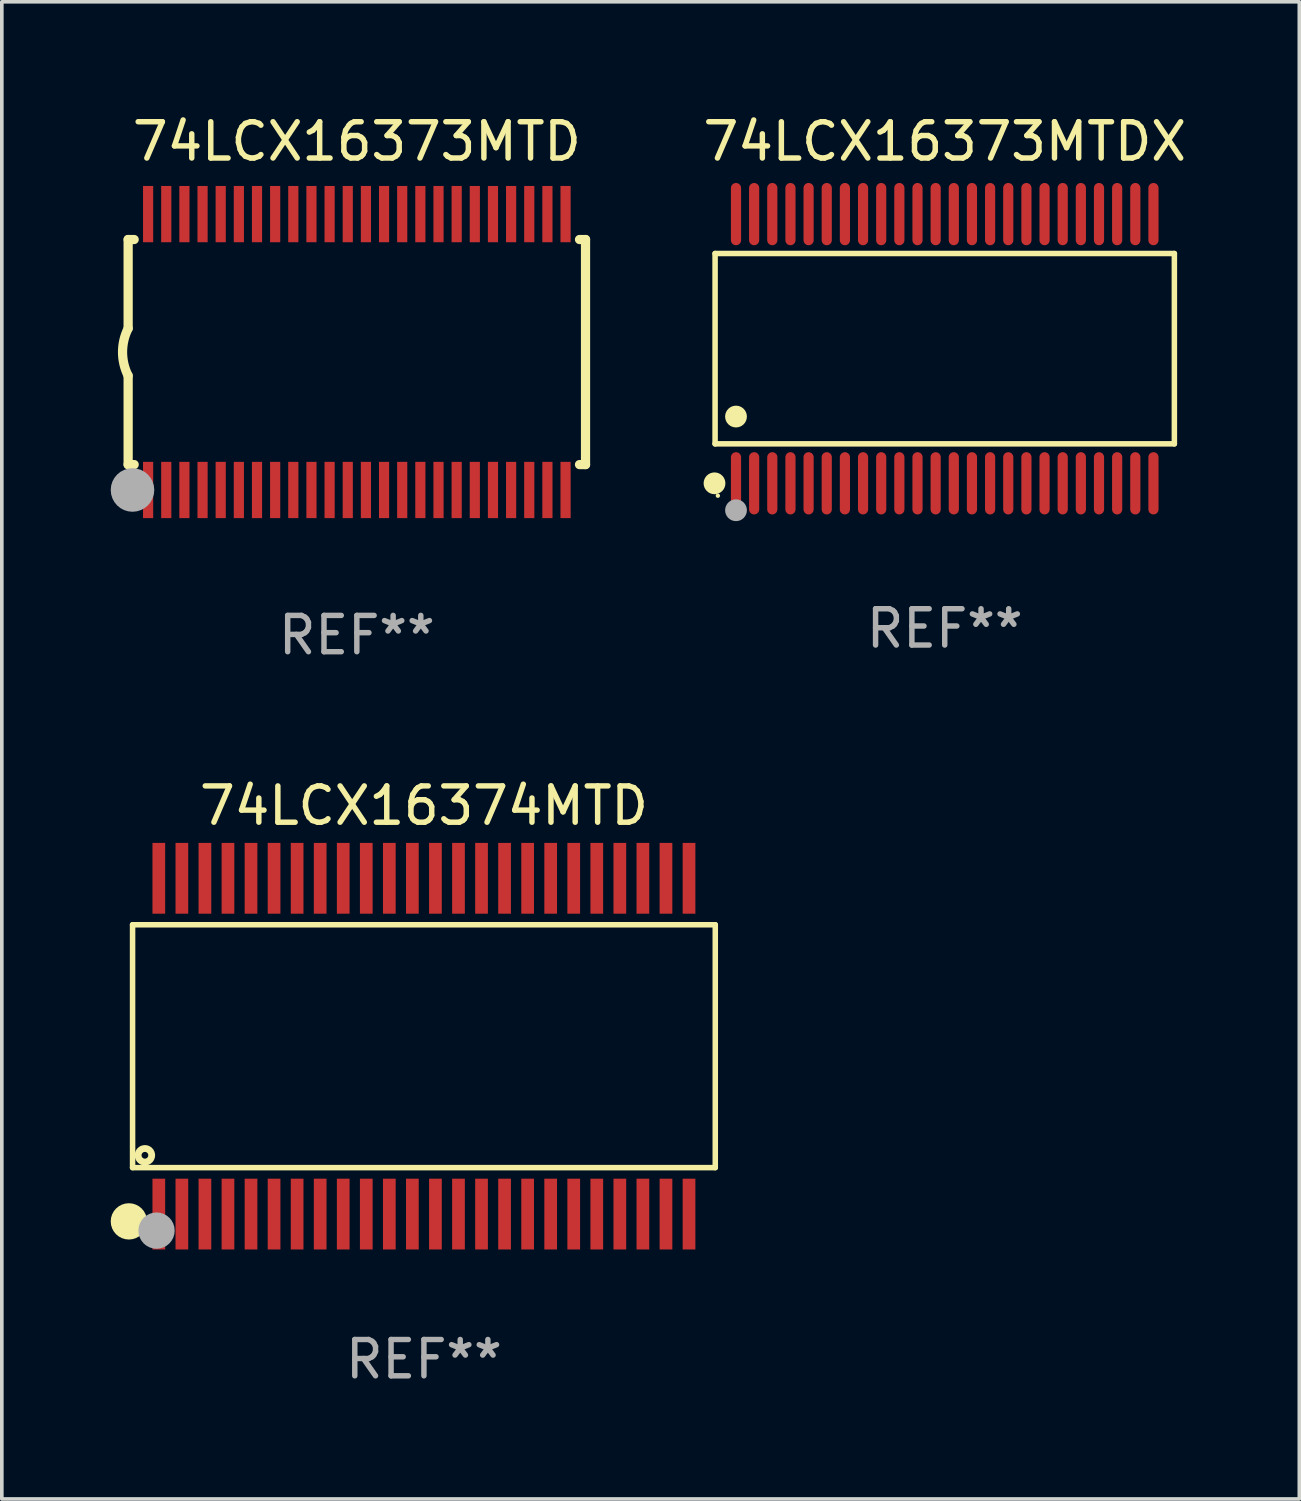
<source format=kicad_pcb>
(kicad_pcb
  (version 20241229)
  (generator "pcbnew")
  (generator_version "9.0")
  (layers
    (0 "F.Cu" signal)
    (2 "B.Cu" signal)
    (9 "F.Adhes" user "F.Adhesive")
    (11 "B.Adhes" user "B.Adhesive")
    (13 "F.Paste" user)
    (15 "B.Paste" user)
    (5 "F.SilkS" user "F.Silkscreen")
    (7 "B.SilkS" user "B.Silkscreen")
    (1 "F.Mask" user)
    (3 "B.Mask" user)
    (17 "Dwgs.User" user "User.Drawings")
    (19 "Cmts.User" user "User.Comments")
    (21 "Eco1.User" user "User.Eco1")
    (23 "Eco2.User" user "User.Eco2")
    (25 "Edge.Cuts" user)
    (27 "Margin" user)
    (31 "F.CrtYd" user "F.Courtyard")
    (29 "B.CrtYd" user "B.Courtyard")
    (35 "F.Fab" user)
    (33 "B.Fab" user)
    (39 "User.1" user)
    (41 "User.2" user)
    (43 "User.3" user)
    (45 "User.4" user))
  (footprint "74LCX16373MTD"
    (layer "F.Cu")
    (at 6.78 6.648)
    (property "Reference" "74LCX16373MTD" (at 0 -5.8 0) (layer "F.SilkS") (effects (font (size 1 1) (thickness 0.15))))
    (attr through_hole)
    (fp_line (start -6.3 -3.1) (end -6.3 -0.65) (stroke (width 0.254) (type solid)) (layer "F.SilkS"))
    (fp_line (start -6.3 -3.1) (end -6.134 -3.1) (stroke (width 0.254) (type solid)) (layer "F.SilkS"))
    (fp_line (start -6.3 3.1) (end -6.3 0.65) (stroke (width 0.254) (type solid)) (layer "F.SilkS"))
    (fp_line (start -6.3 3.1) (end -6.134 3.1) (stroke (width 0.254) (type solid)) (layer "F.SilkS"))
    (fp_line (start 6.134 -3.1) (end 6.3 -3.1) (stroke (width 0.254) (type solid)) (layer "F.SilkS"))
    (fp_line (start 6.134 3.1) (end 6.3 3.1) (stroke (width 0.254) (type solid)) (layer "F.SilkS"))
    (fp_line (start 6.3 -3.1) (end 6.3 3.1) (stroke (width 0.254) (type solid)) (layer "F.SilkS"))
    (fp_arc (start -6.301016 0.650114) (mid -6.45413 -0.000082) (end -6.3 -0.650038) (stroke (width 0.254001) (type solid)) (layer "F.SilkS"))
    (fp_circle (center -6.35 3.81) (end -6.223 3.81) (stroke (width 0.254) (type solid)) (fill no) (layer "F.SilkS"))
    (fp_circle (center -6.25 4.05) (end -6.22 4.05) (stroke (width 0.06) (type solid)) (fill no) (layer "F.SilkS"))
    (fp_circle (center -6.18 3.8) (end -5.88 3.8) (stroke (width 0.6) (type solid)) (fill no) (layer "F.Fab"))
    (fp_text user "REF**" (at 0 7.8 0) (layer "F.Fab") (effects (font (size 1 1) (thickness 0.15))))
    (pad "1" smd rect (at -5.75 3.8) (size 0.28 1.55) (layers "F.Cu" "F.Mask" "F.Paste"))
    (pad "2" smd rect (at -5.25 3.8) (size 0.28 1.55) (layers "F.Cu" "F.Mask" "F.Paste"))
    (pad "3" smd rect (at -4.75 3.8) (size 0.28 1.55) (layers "F.Cu" "F.Mask" "F.Paste"))
    (pad "4" smd rect (at -4.25 3.8) (size 0.28 1.55) (layers "F.Cu" "F.Mask" "F.Paste"))
    (pad "5" smd rect (at -3.75 3.8) (size 0.28 1.55) (layers "F.Cu" "F.Mask" "F.Paste"))
    (pad "6" smd rect (at -3.25 3.8) (size 0.28 1.55) (layers "F.Cu" "F.Mask" "F.Paste"))
    (pad "7" smd rect (at -2.75 3.8) (size 0.28 1.55) (layers "F.Cu" "F.Mask" "F.Paste"))
    (pad "8" smd rect (at -2.25 3.8) (size 0.28 1.55) (layers "F.Cu" "F.Mask" "F.Paste"))
    (pad "9" smd rect (at -1.75 3.8) (size 0.28 1.55) (layers "F.Cu" "F.Mask" "F.Paste"))
    (pad "10" smd rect (at -1.25 3.8) (size 0.28 1.55) (layers "F.Cu" "F.Mask" "F.Paste"))
    (pad "11" smd rect (at -0.75 3.8) (size 0.28 1.55) (layers "F.Cu" "F.Mask" "F.Paste"))
    (pad "12" smd rect (at -0.25 3.8) (size 0.28 1.55) (layers "F.Cu" "F.Mask" "F.Paste"))
    (pad "13" smd rect (at 0.25 3.8) (size 0.28 1.55) (layers "F.Cu" "F.Mask" "F.Paste"))
    (pad "14" smd rect (at 0.75 3.8) (size 0.28 1.55) (layers "F.Cu" "F.Mask" "F.Paste"))
    (pad "15" smd rect (at 1.25 3.8) (size 0.28 1.55) (layers "F.Cu" "F.Mask" "F.Paste"))
    (pad "16" smd rect (at 1.75 3.8) (size 0.28 1.55) (layers "F.Cu" "F.Mask" "F.Paste"))
    (pad "17" smd rect (at 2.25 3.8) (size 0.28 1.55) (layers "F.Cu" "F.Mask" "F.Paste"))
    (pad "18" smd rect (at 2.75 3.8) (size 0.28 1.55) (layers "F.Cu" "F.Mask" "F.Paste"))
    (pad "19" smd rect (at 3.25 3.8) (size 0.28 1.55) (layers "F.Cu" "F.Mask" "F.Paste"))
    (pad "20" smd rect (at 3.75 3.8) (size 0.28 1.55) (layers "F.Cu" "F.Mask" "F.Paste"))
    (pad "21" smd rect (at 4.25 3.8) (size 0.28 1.55) (layers "F.Cu" "F.Mask" "F.Paste"))
    (pad "22" smd rect (at 4.75 3.8) (size 0.28 1.55) (layers "F.Cu" "F.Mask" "F.Paste"))
    (pad "23" smd rect (at 5.25 3.8) (size 0.28 1.55) (layers "F.Cu" "F.Mask" "F.Paste"))
    (pad "24" smd rect (at 5.75 3.8) (size 0.28 1.55) (layers "F.Cu" "F.Mask" "F.Paste"))
    (pad "25" smd rect (at 5.75 -3.8) (size 0.28 1.55) (layers "F.Cu" "F.Mask" "F.Paste"))
    (pad "26" smd rect (at 5.25 -3.8) (size 0.28 1.55) (layers "F.Cu" "F.Mask" "F.Paste"))
    (pad "27" smd rect (at 4.75 -3.8) (size 0.28 1.55) (layers "F.Cu" "F.Mask" "F.Paste"))
    (pad "28" smd rect (at 4.25 -3.8) (size 0.28 1.55) (layers "F.Cu" "F.Mask" "F.Paste"))
    (pad "29" smd rect (at 3.75 -3.8) (size 0.28 1.55) (layers "F.Cu" "F.Mask" "F.Paste"))
    (pad "30" smd rect (at 3.25 -3.8) (size 0.28 1.55) (layers "F.Cu" "F.Mask" "F.Paste"))
    (pad "31" smd rect (at 2.75 -3.8) (size 0.28 1.55) (layers "F.Cu" "F.Mask" "F.Paste"))
    (pad "32" smd rect (at 2.25 -3.8) (size 0.28 1.55) (layers "F.Cu" "F.Mask" "F.Paste"))
    (pad "33" smd rect (at 1.75 -3.8) (size 0.28 1.55) (layers "F.Cu" "F.Mask" "F.Paste"))
    (pad "34" smd rect (at 1.25 -3.8) (size 0.28 1.55) (layers "F.Cu" "F.Mask" "F.Paste"))
    (pad "35" smd rect (at 0.75 -3.8) (size 0.28 1.55) (layers "F.Cu" "F.Mask" "F.Paste"))
    (pad "36" smd rect (at 0.25 -3.8) (size 0.28 1.55) (layers "F.Cu" "F.Mask" "F.Paste"))
    (pad "37" smd rect (at -0.25 -3.8) (size 0.28 1.55) (layers "F.Cu" "F.Mask" "F.Paste"))
    (pad "38" smd rect (at -0.75 -3.8) (size 0.28 1.55) (layers "F.Cu" "F.Mask" "F.Paste"))
    (pad "39" smd rect (at -1.25 -3.8) (size 0.28 1.55) (layers "F.Cu" "F.Mask" "F.Paste"))
    (pad "40" smd rect (at -1.75 -3.8) (size 0.28 1.55) (layers "F.Cu" "F.Mask" "F.Paste"))
    (pad "41" smd rect (at -2.25 -3.8) (size 0.28 1.55) (layers "F.Cu" "F.Mask" "F.Paste"))
    (pad "42" smd rect (at -2.75 -3.8) (size 0.28 1.55) (layers "F.Cu" "F.Mask" "F.Paste"))
    (pad "43" smd rect (at -3.25 -3.8) (size 0.28 1.55) (layers "F.Cu" "F.Mask" "F.Paste"))
    (pad "44" smd rect (at -3.75 -3.8) (size 0.28 1.55) (layers "F.Cu" "F.Mask" "F.Paste"))
    (pad "45" smd rect (at -4.25 -3.8) (size 0.28 1.55) (layers "F.Cu" "F.Mask" "F.Paste"))
    (pad "46" smd rect (at -4.75 -3.8) (size 0.28 1.55) (layers "F.Cu" "F.Mask" "F.Paste"))
    (pad "47" smd rect (at -5.25 -3.8) (size 0.28 1.55) (layers "F.Cu" "F.Mask" "F.Paste"))
    (pad "48" smd rect (at -5.75 -3.8) (size 0.28 1.55) (layers "F.Cu" "F.Mask" "F.Paste")))
  (footprint "74LCX16373MTDX"
    (layer "F.Cu")
    (at 22.975 6.556)
    (property "Reference" "74LCX16373MTDX" (at 0 -5.708 0) (layer "F.SilkS") (effects (font (size 1 1) (thickness 0.15))))
    (attr through_hole)
    (fp_line (start -6.326 -2.622) (end 6.326 -2.622) (stroke (width 0.152) (type solid)) (layer "F.SilkS"))
    (fp_line (start -6.326 2.621) (end -6.326 -2.622) (stroke (width 0.152) (type solid)) (layer "F.SilkS"))
    (fp_line (start 6.326 -2.622) (end 6.326 2.621) (stroke (width 0.152) (type solid)) (layer "F.SilkS"))
    (fp_line (start 6.326 2.621) (end -6.326 2.621) (stroke (width 0.152) (type solid)) (layer "F.SilkS"))
    (fp_circle (center -6.342 3.708) (end -6.192 3.708) (stroke (width 0.3) (type solid)) (fill no) (layer "F.SilkS"))
    (fp_circle (center -6.25 4.05) (end -6.22 4.05) (stroke (width 0.06) (type solid)) (fill no) (layer "F.SilkS"))
    (fp_circle (center -5.75 1.869) (end -5.6 1.869) (stroke (width 0.3) (type solid)) (fill no) (layer "F.SilkS"))
    (fp_circle (center -5.75 4.45) (end -5.6 4.45) (stroke (width 0.3) (type solid)) (fill no) (layer "F.Fab"))
    (fp_text user "REF**" (at 0 7.708 0) (layer "F.Fab") (effects (font (size 1 1) (thickness 0.15))))
    (pad "1" smd oval (at -5.75 3.708) (size 0.28 1.715) (layers "F.Cu" "F.Mask" "F.Paste"))
    (pad "2" smd oval (at -5.25 3.708) (size 0.28 1.715) (layers "F.Cu" "F.Mask" "F.Paste"))
    (pad "3" smd oval (at -4.75 3.708) (size 0.28 1.715) (layers "F.Cu" "F.Mask" "F.Paste"))
    (pad "4" smd oval (at -4.25 3.708) (size 0.28 1.715) (layers "F.Cu" "F.Mask" "F.Paste"))
    (pad "5" smd oval (at -3.75 3.708) (size 0.28 1.715) (layers "F.Cu" "F.Mask" "F.Paste"))
    (pad "6" smd oval (at -3.25 3.708) (size 0.28 1.715) (layers "F.Cu" "F.Mask" "F.Paste"))
    (pad "7" smd oval (at -2.75 3.708) (size 0.28 1.715) (layers "F.Cu" "F.Mask" "F.Paste"))
    (pad "8" smd oval (at -2.25 3.708) (size 0.28 1.715) (layers "F.Cu" "F.Mask" "F.Paste"))
    (pad "9" smd oval (at -1.75 3.708) (size 0.28 1.715) (layers "F.Cu" "F.Mask" "F.Paste"))
    (pad "10" smd oval (at -1.25 3.708) (size 0.28 1.715) (layers "F.Cu" "F.Mask" "F.Paste"))
    (pad "11" smd oval (at -0.75 3.708) (size 0.28 1.715) (layers "F.Cu" "F.Mask" "F.Paste"))
    (pad "12" smd oval (at -0.25 3.708) (size 0.28 1.715) (layers "F.Cu" "F.Mask" "F.Paste"))
    (pad "13" smd oval (at 0.25 3.708) (size 0.28 1.715) (layers "F.Cu" "F.Mask" "F.Paste"))
    (pad "14" smd oval (at 0.75 3.708) (size 0.28 1.715) (layers "F.Cu" "F.Mask" "F.Paste"))
    (pad "15" smd oval (at 1.25 3.708) (size 0.28 1.715) (layers "F.Cu" "F.Mask" "F.Paste"))
    (pad "16" smd oval (at 1.75 3.708) (size 0.28 1.715) (layers "F.Cu" "F.Mask" "F.Paste"))
    (pad "17" smd oval (at 2.25 3.708) (size 0.28 1.715) (layers "F.Cu" "F.Mask" "F.Paste"))
    (pad "18" smd oval (at 2.75 3.708) (size 0.28 1.715) (layers "F.Cu" "F.Mask" "F.Paste"))
    (pad "19" smd oval (at 3.25 3.708) (size 0.28 1.715) (layers "F.Cu" "F.Mask" "F.Paste"))
    (pad "20" smd oval (at 3.75 3.708) (size 0.28 1.715) (layers "F.Cu" "F.Mask" "F.Paste"))
    (pad "21" smd oval (at 4.25 3.708) (size 0.28 1.715) (layers "F.Cu" "F.Mask" "F.Paste"))
    (pad "22" smd oval (at 4.75 3.708) (size 0.28 1.715) (layers "F.Cu" "F.Mask" "F.Paste"))
    (pad "23" smd oval (at 5.25 3.708) (size 0.28 1.715) (layers "F.Cu" "F.Mask" "F.Paste"))
    (pad "24" smd oval (at 5.75 3.708) (size 0.28 1.715) (layers "F.Cu" "F.Mask" "F.Paste"))
    (pad "25" smd oval (at 5.75 -3.708) (size 0.28 1.715) (layers "F.Cu" "F.Mask" "F.Paste"))
    (pad "26" smd oval (at 5.25 -3.708) (size 0.28 1.715) (layers "F.Cu" "F.Mask" "F.Paste"))
    (pad "27" smd oval (at 4.75 -3.708) (size 0.28 1.715) (layers "F.Cu" "F.Mask" "F.Paste"))
    (pad "28" smd oval (at 4.25 -3.708) (size 0.28 1.715) (layers "F.Cu" "F.Mask" "F.Paste"))
    (pad "29" smd oval (at 3.75 -3.708) (size 0.28 1.715) (layers "F.Cu" "F.Mask" "F.Paste"))
    (pad "30" smd oval (at 3.25 -3.708) (size 0.28 1.715) (layers "F.Cu" "F.Mask" "F.Paste"))
    (pad "31" smd oval (at 2.75 -3.708) (size 0.28 1.715) (layers "F.Cu" "F.Mask" "F.Paste"))
    (pad "32" smd oval (at 2.25 -3.708) (size 0.28 1.715) (layers "F.Cu" "F.Mask" "F.Paste"))
    (pad "33" smd oval (at 1.75 -3.708) (size 0.28 1.715) (layers "F.Cu" "F.Mask" "F.Paste"))
    (pad "34" smd oval (at 1.25 -3.708) (size 0.28 1.715) (layers "F.Cu" "F.Mask" "F.Paste"))
    (pad "35" smd oval (at 0.75 -3.708) (size 0.28 1.715) (layers "F.Cu" "F.Mask" "F.Paste"))
    (pad "36" smd oval (at 0.25 -3.708) (size 0.28 1.715) (layers "F.Cu" "F.Mask" "F.Paste"))
    (pad "37" smd oval (at -0.25 -3.708) (size 0.28 1.715) (layers "F.Cu" "F.Mask" "F.Paste"))
    (pad "38" smd oval (at -0.75 -3.708) (size 0.28 1.715) (layers "F.Cu" "F.Mask" "F.Paste"))
    (pad "39" smd oval (at -1.25 -3.708) (size 0.28 1.715) (layers "F.Cu" "F.Mask" "F.Paste"))
    (pad "40" smd oval (at -1.75 -3.708) (size 0.28 1.715) (layers "F.Cu" "F.Mask" "F.Paste"))
    (pad "41" smd oval (at -2.25 -3.708) (size 0.28 1.715) (layers "F.Cu" "F.Mask" "F.Paste"))
    (pad "42" smd oval (at -2.75 -3.708) (size 0.28 1.715) (layers "F.Cu" "F.Mask" "F.Paste"))
    (pad "43" smd oval (at -3.25 -3.708) (size 0.28 1.715) (layers "F.Cu" "F.Mask" "F.Paste"))
    (pad "44" smd oval (at -3.75 -3.708) (size 0.28 1.715) (layers "F.Cu" "F.Mask" "F.Paste"))
    (pad "45" smd oval (at -4.25 -3.708) (size 0.28 1.715) (layers "F.Cu" "F.Mask" "F.Paste"))
    (pad "46" smd oval (at -4.75 -3.708) (size 0.28 1.715) (layers "F.Cu" "F.Mask" "F.Paste"))
    (pad "47" smd oval (at -5.25 -3.708) (size 0.28 1.715) (layers "F.Cu" "F.Mask" "F.Paste"))
    (pad "48" smd oval (at -5.75 -3.708) (size 0.28 1.715) (layers "F.Cu" "F.Mask" "F.Paste")))
  (footprint "74LCX16374MTD"
    (layer "F.Cu")
    (at 8.628 25.77)
    (property "Reference" "74LCX16374MTD" (at 0 -6.625 0) (layer "F.SilkS") (effects (font (size 1 1) (thickness 0.15))))
    (attr through_hole)
    (fp_line (start -8.026 -3.345) (end 8.026 -3.345) (stroke (width 0.152) (type solid)) (layer "F.SilkS"))
    (fp_line (start -8.026 3.345) (end -8.026 -3.345) (stroke (width 0.152) (type solid)) (layer "F.SilkS"))
    (fp_line (start 8.026 -3.345) (end 8.026 3.345) (stroke (width 0.152) (type solid)) (layer "F.SilkS"))
    (fp_line (start 8.026 3.345) (end -8.026 3.345) (stroke (width 0.152) (type solid)) (layer "F.SilkS"))
    (fp_circle (center -8.128 4.826) (end -7.878 4.826) (stroke (width 0.5) (type solid)) (fill no) (layer "F.SilkS"))
    (fp_circle (center -7.95 5.15) (end -7.92 5.15) (stroke (width 0.06) (type solid)) (fill no) (layer "F.SilkS"))
    (fp_circle (center -7.686 3.005) (end -7.593 3.005) (stroke (width 0.188) (type solid)) (fill no) (layer "F.SilkS"))
    (fp_circle (center -7.366 5.08) (end -7.116 5.08) (stroke (width 0.5) (type solid)) (fill no) (layer "F.Fab"))
    (fp_text user "REF**" (at 0 8.625 0) (layer "F.Fab") (effects (font (size 1 1) (thickness 0.15))))
    (pad "1" smd rect (at -7.303 4.625) (size 0.35 1.95) (layers "F.Cu" "F.Mask" "F.Paste"))
    (pad "2" smd rect (at -6.668 4.625) (size 0.35 1.95) (layers "F.Cu" "F.Mask" "F.Paste"))
    (pad "3" smd rect (at -6.033 4.625) (size 0.35 1.95) (layers "F.Cu" "F.Mask" "F.Paste"))
    (pad "4" smd rect (at -5.398 4.625) (size 0.35 1.95) (layers "F.Cu" "F.Mask" "F.Paste"))
    (pad "5" smd rect (at -4.763 4.625) (size 0.35 1.95) (layers "F.Cu" "F.Mask" "F.Paste"))
    (pad "6" smd rect (at -4.128 4.625) (size 0.35 1.95) (layers "F.Cu" "F.Mask" "F.Paste"))
    (pad "7" smd rect (at -3.493 4.625) (size 0.35 1.95) (layers "F.Cu" "F.Mask" "F.Paste"))
    (pad "8" smd rect (at -2.858 4.625) (size 0.35 1.95) (layers "F.Cu" "F.Mask" "F.Paste"))
    (pad "9" smd rect (at -2.223 4.625) (size 0.35 1.95) (layers "F.Cu" "F.Mask" "F.Paste"))
    (pad "10" smd rect (at -1.588 4.625) (size 0.35 1.95) (layers "F.Cu" "F.Mask" "F.Paste"))
    (pad "11" smd rect (at -0.953 4.625) (size 0.35 1.95) (layers "F.Cu" "F.Mask" "F.Paste"))
    (pad "12" smd rect (at -0.318 4.625) (size 0.35 1.95) (layers "F.Cu" "F.Mask" "F.Paste"))
    (pad "13" smd rect (at 0.317 4.625) (size 0.35 1.95) (layers "F.Cu" "F.Mask" "F.Paste"))
    (pad "14" smd rect (at 0.952 4.625) (size 0.35 1.95) (layers "F.Cu" "F.Mask" "F.Paste"))
    (pad "15" smd rect (at 1.587 4.625) (size 0.35 1.95) (layers "F.Cu" "F.Mask" "F.Paste"))
    (pad "16" smd rect (at 2.222 4.625) (size 0.35 1.95) (layers "F.Cu" "F.Mask" "F.Paste"))
    (pad "17" smd rect (at 2.857 4.625) (size 0.35 1.95) (layers "F.Cu" "F.Mask" "F.Paste"))
    (pad "18" smd rect (at 3.492 4.625) (size 0.35 1.95) (layers "F.Cu" "F.Mask" "F.Paste"))
    (pad "19" smd rect (at 4.127 4.625) (size 0.35 1.95) (layers "F.Cu" "F.Mask" "F.Paste"))
    (pad "20" smd rect (at 4.762 4.625) (size 0.35 1.95) (layers "F.Cu" "F.Mask" "F.Paste"))
    (pad "21" smd rect (at 5.397 4.625) (size 0.35 1.95) (layers "F.Cu" "F.Mask" "F.Paste"))
    (pad "22" smd rect (at 6.032 4.625) (size 0.35 1.95) (layers "F.Cu" "F.Mask" "F.Paste"))
    (pad "23" smd rect (at 6.668 4.625) (size 0.35 1.95) (layers "F.Cu" "F.Mask" "F.Paste"))
    (pad "24" smd rect (at 7.303 4.625) (size 0.35 1.95) (layers "F.Cu" "F.Mask" "F.Paste"))
    (pad "25" smd rect (at 7.303 -4.625) (size 0.35 1.95) (layers "F.Cu" "F.Mask" "F.Paste"))
    (pad "26" smd rect (at 6.668 -4.625) (size 0.35 1.95) (layers "F.Cu" "F.Mask" "F.Paste"))
    (pad "27" smd rect (at 6.032 -4.625) (size 0.35 1.95) (layers "F.Cu" "F.Mask" "F.Paste"))
    (pad "28" smd rect (at 5.397 -4.625) (size 0.35 1.95) (layers "F.Cu" "F.Mask" "F.Paste"))
    (pad "29" smd rect (at 4.762 -4.625) (size 0.35 1.95) (layers "F.Cu" "F.Mask" "F.Paste"))
    (pad "30" smd rect (at 4.127 -4.625) (size 0.35 1.95) (layers "F.Cu" "F.Mask" "F.Paste"))
    (pad "31" smd rect (at 3.492 -4.625) (size 0.35 1.95) (layers "F.Cu" "F.Mask" "F.Paste"))
    (pad "32" smd rect (at 2.857 -4.625) (size 0.35 1.95) (layers "F.Cu" "F.Mask" "F.Paste"))
    (pad "33" smd rect (at 2.222 -4.625) (size 0.35 1.95) (layers "F.Cu" "F.Mask" "F.Paste"))
    (pad "34" smd rect (at 1.587 -4.625) (size 0.35 1.95) (layers "F.Cu" "F.Mask" "F.Paste"))
    (pad "35" smd rect (at 0.952 -4.625) (size 0.35 1.95) (layers "F.Cu" "F.Mask" "F.Paste"))
    (pad "36" smd rect (at 0.317 -4.625) (size 0.35 1.95) (layers "F.Cu" "F.Mask" "F.Paste"))
    (pad "37" smd rect (at -0.318 -4.625) (size 0.35 1.95) (layers "F.Cu" "F.Mask" "F.Paste"))
    (pad "38" smd rect (at -0.953 -4.625) (size 0.35 1.95) (layers "F.Cu" "F.Mask" "F.Paste"))
    (pad "39" smd rect (at -1.588 -4.625) (size 0.35 1.95) (layers "F.Cu" "F.Mask" "F.Paste"))
    (pad "40" smd rect (at -2.223 -4.625) (size 0.35 1.95) (layers "F.Cu" "F.Mask" "F.Paste"))
    (pad "41" smd rect (at -2.858 -4.625) (size 0.35 1.95) (layers "F.Cu" "F.Mask" "F.Paste"))
    (pad "42" smd rect (at -3.493 -4.625) (size 0.35 1.95) (layers "F.Cu" "F.Mask" "F.Paste"))
    (pad "43" smd rect (at -4.128 -4.625) (size 0.35 1.95) (layers "F.Cu" "F.Mask" "F.Paste"))
    (pad "44" smd rect (at -4.763 -4.625) (size 0.35 1.95) (layers "F.Cu" "F.Mask" "F.Paste"))
    (pad "45" smd rect (at -5.398 -4.625) (size 0.35 1.95) (layers "F.Cu" "F.Mask" "F.Paste"))
    (pad "46" smd rect (at -6.033 -4.625) (size 0.35 1.95) (layers "F.Cu" "F.Mask" "F.Paste"))
    (pad "47" smd rect (at -6.668 -4.625) (size 0.35 1.95) (layers "F.Cu" "F.Mask" "F.Paste"))
    (pad "48" smd rect (at -7.303 -4.625) (size 0.35 1.95) (layers "F.Cu" "F.Mask" "F.Paste")))
  (gr_rect
    (start -3 -3)
    (end 32.743 38.243)
    (stroke (width 0.1) (type default))
    (fill no)
    (layer "Edge.Cuts")))
</source>
